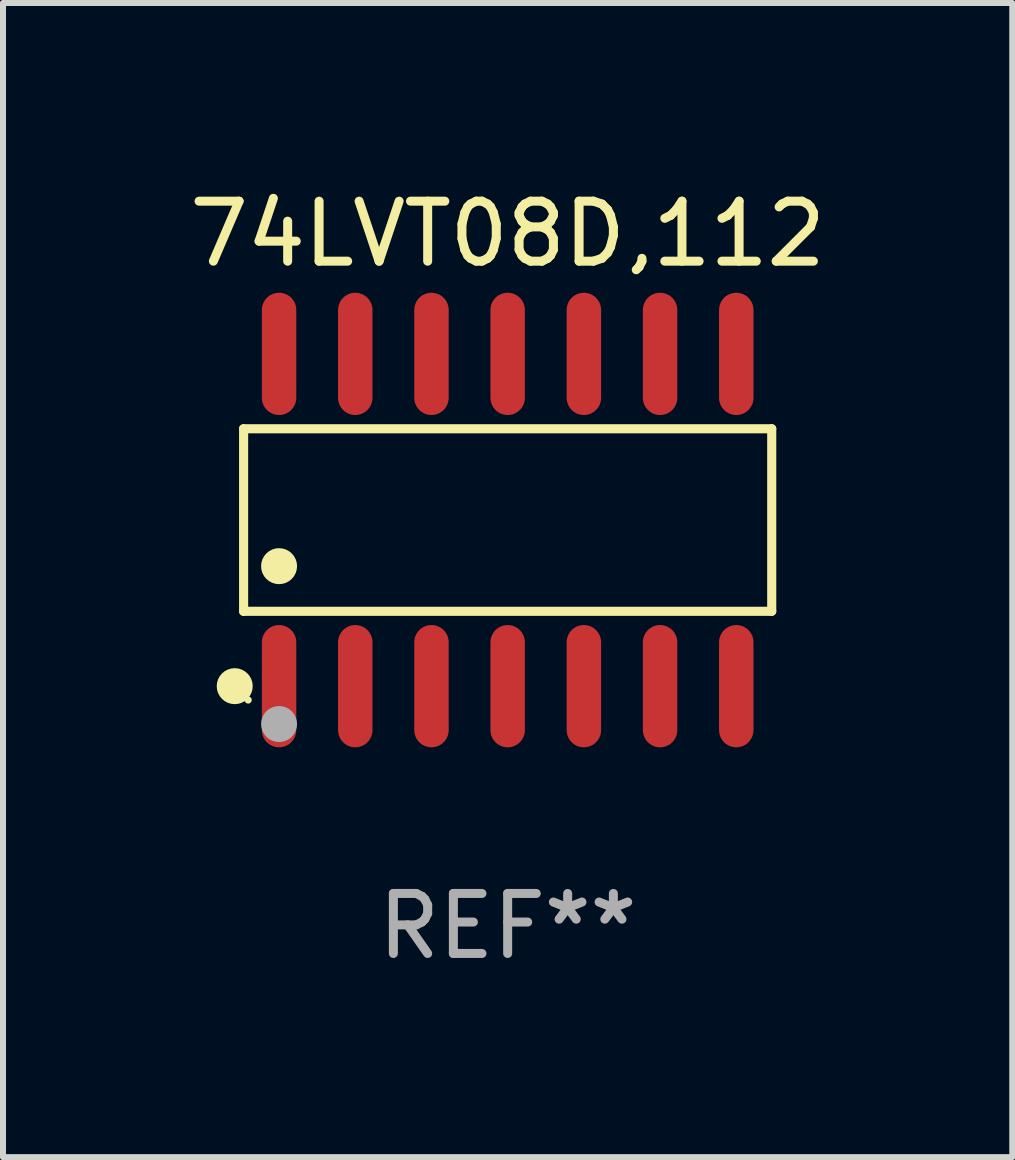
<source format=kicad_pcb>
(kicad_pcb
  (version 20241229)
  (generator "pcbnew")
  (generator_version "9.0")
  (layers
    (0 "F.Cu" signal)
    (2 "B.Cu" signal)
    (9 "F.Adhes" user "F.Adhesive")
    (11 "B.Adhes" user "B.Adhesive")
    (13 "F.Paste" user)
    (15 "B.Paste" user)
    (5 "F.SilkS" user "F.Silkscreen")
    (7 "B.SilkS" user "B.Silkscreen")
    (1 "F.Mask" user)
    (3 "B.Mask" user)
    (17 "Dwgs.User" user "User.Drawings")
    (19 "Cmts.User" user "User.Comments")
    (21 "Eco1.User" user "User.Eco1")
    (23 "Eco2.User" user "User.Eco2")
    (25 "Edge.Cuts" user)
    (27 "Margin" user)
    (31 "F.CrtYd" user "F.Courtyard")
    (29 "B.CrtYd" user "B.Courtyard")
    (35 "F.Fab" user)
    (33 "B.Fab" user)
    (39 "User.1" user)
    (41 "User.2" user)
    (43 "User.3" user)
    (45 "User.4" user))
  (footprint "74LVT08D,112"
    (layer "F.Cu")
    (at 5.411 5.617)
    (property "Reference" "74LVT08D,112" (at 0 -4.769 0) (layer "F.SilkS") (effects (font (size 1 1) (thickness 0.15))))
    (attr through_hole)
    (fp_line (start -4.401 -1.521) (end 4.401 -1.521) (stroke (width 0.152) (type solid)) (layer "F.SilkS"))
    (fp_line (start -4.401 1.521) (end -4.401 -1.521) (stroke (width 0.152) (type solid)) (layer "F.SilkS"))
    (fp_line (start 4.401 -1.521) (end 4.401 1.521) (stroke (width 0.152) (type solid)) (layer "F.SilkS"))
    (fp_line (start 4.401 1.521) (end -4.401 1.521) (stroke (width 0.152) (type solid)) (layer "F.SilkS"))
    (fp_circle (center -4.549 2.769) (end -4.399 2.769) (stroke (width 0.3) (type solid)) (fill no) (layer "F.SilkS"))
    (fp_circle (center -4.325 3) (end -4.295 3) (stroke (width 0.06) (type solid)) (fill no) (layer "F.SilkS"))
    (fp_circle (center -3.81 0.769) (end -3.66 0.769) (stroke (width 0.3) (type solid)) (fill no) (layer "F.SilkS"))
    (fp_circle (center -3.81 3.4) (end -3.66 3.4) (stroke (width 0.3) (type solid)) (fill no) (layer "F.Fab"))
    (fp_text user "REF**" (at 0 6.769 0) (layer "F.Fab") (effects (font (size 1 1) (thickness 0.15))))
    (pad "1" smd oval (at -3.81 2.769) (size 0.574 2.038) (layers "F.Cu" "F.Mask" "F.Paste"))
    (pad "2" smd oval (at -2.54 2.769) (size 0.574 2.038) (layers "F.Cu" "F.Mask" "F.Paste"))
    (pad "3" smd oval (at -1.27 2.769) (size 0.574 2.038) (layers "F.Cu" "F.Mask" "F.Paste"))
    (pad "4" smd oval (at 0 2.769) (size 0.574 2.038) (layers "F.Cu" "F.Mask" "F.Paste"))
    (pad "5" smd oval (at 1.27 2.769) (size 0.574 2.038) (layers "F.Cu" "F.Mask" "F.Paste"))
    (pad "6" smd oval (at 2.54 2.769) (size 0.574 2.038) (layers "F.Cu" "F.Mask" "F.Paste"))
    (pad "7" smd oval (at 3.81 2.769) (size 0.574 2.038) (layers "F.Cu" "F.Mask" "F.Paste"))
    (pad "8" smd oval (at 3.81 -2.769) (size 0.574 2.038) (layers "F.Cu" "F.Mask" "F.Paste"))
    (pad "9" smd oval (at 2.54 -2.769) (size 0.574 2.038) (layers "F.Cu" "F.Mask" "F.Paste"))
    (pad "10" smd oval (at 1.27 -2.769) (size 0.574 2.038) (layers "F.Cu" "F.Mask" "F.Paste"))
    (pad "11" smd oval (at 0 -2.769) (size 0.574 2.038) (layers "F.Cu" "F.Mask" "F.Paste"))
    (pad "12" smd oval (at -1.27 -2.769) (size 0.574 2.038) (layers "F.Cu" "F.Mask" "F.Paste"))
    (pad "13" smd oval (at -2.54 -2.769) (size 0.574 2.038) (layers "F.Cu" "F.Mask" "F.Paste"))
    (pad "14" smd oval (at -3.81 -2.769) (size 0.574 2.038) (layers "F.Cu" "F.Mask" "F.Paste")))
  (gr_rect
    (start -3 -3)
    (end 13.821 16.235)
    (stroke (width 0.1) (type default))
    (fill no)
    (layer "Edge.Cuts")))
</source>
